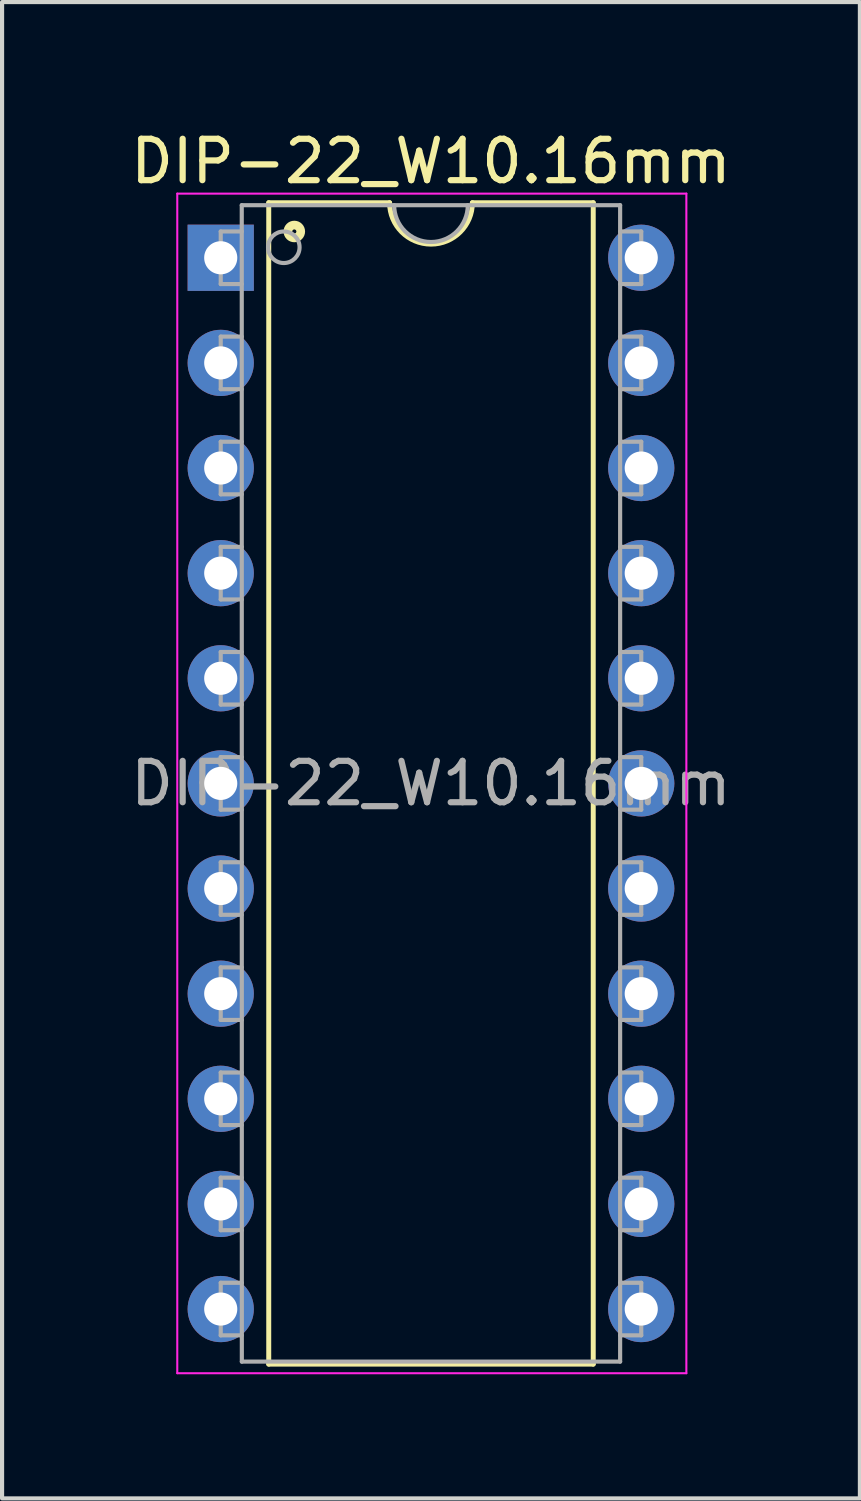
<source format=kicad_pcb>
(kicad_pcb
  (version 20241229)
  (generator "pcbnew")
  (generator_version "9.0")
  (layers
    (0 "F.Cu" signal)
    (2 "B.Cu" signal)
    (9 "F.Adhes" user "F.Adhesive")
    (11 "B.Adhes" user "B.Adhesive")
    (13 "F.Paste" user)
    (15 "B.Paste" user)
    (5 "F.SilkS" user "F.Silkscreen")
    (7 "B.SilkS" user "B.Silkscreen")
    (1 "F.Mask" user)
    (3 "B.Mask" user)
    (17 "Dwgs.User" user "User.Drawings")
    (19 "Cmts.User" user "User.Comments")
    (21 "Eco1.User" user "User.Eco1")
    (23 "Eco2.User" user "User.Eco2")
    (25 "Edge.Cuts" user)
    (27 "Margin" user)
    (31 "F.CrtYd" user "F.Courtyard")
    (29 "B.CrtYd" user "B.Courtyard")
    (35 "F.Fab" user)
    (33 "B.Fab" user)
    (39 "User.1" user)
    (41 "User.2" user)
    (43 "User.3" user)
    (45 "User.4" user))
  (footprint "DIP-22_W10.16mm"
    (layer "F.Cu")
    (at 2.283 3.178)
    (property "Reference" "DIP-22_W10.16mm" (at 5.08 -2.33 0) (layer "F.SilkS") (effects (font (size 1 1) (thickness 0.15))))
    (attr through_hole)
    (fp_line (start 1.16 -1.33) (end 1.16 26.73) (stroke (width 0.12) (type solid)) (layer "F.SilkS"))
    (fp_line (start 1.16 26.73) (end 9 26.73) (stroke (width 0.12) (type solid)) (layer "F.SilkS"))
    (fp_line (start 4.08 -1.33) (end 1.16 -1.33) (stroke (width 0.12) (type solid)) (layer "F.SilkS"))
    (fp_line (start 9 -1.33) (end 6.08 -1.33) (stroke (width 0.12) (type solid)) (layer "F.SilkS"))
    (fp_line (start 9 26.73) (end 9 -1.33) (stroke (width 0.12) (type solid)) (layer "F.SilkS"))
    (fp_arc (start 6.08 -1.33) (mid 5.08 -0.33) (end 4.08 -1.33) (stroke (width 0.12) (type solid)) (layer "F.SilkS"))
    (fp_circle (center 1.778 -0.635) (end 1.828 -0.635) (stroke (width 0.12) (type solid)) (fill no) (layer "F.SilkS"))
    (fp_circle (center 1.778 -0.635) (end 1.903 -0.635) (stroke (width 0.12) (type solid)) (fill no) (layer "F.SilkS"))
    (fp_circle (center 1.778 -0.635) (end 1.978 -0.635) (stroke (width 0.12) (type solid)) (fill no) (layer "F.SilkS"))
    (fp_line (start -1.05 -1.55) (end -1.05 26.95) (stroke (width 0.05) (type solid)) (layer "F.CrtYd"))
    (fp_line (start -1.05 26.95) (end 11.25 26.95) (stroke (width 0.05) (type solid)) (layer "F.CrtYd"))
    (fp_line (start 11.25 -1.55) (end -1.05 -1.55) (stroke (width 0.05) (type solid)) (layer "F.CrtYd"))
    (fp_line (start 11.25 26.95) (end 11.25 -1.55) (stroke (width 0.05) (type solid)) (layer "F.CrtYd"))
    (fp_line (start 0 -0.635) (end 0 0.635) (stroke (width 0.1) (type solid)) (layer "F.Fab"))
    (fp_line (start 0 -0.635) (end 0.508 -0.635) (stroke (width 0.1) (type solid)) (layer "F.Fab"))
    (fp_line (start 0 0.635) (end 0.508 0.635) (stroke (width 0.1) (type solid)) (layer "F.Fab"))
    (fp_line (start 0 1.905) (end 0 3.175) (stroke (width 0.1) (type solid)) (layer "F.Fab"))
    (fp_line (start 0 1.905) (end 0.508 1.905) (stroke (width 0.1) (type solid)) (layer "F.Fab"))
    (fp_line (start 0 3.175) (end 0.508 3.175) (stroke (width 0.1) (type solid)) (layer "F.Fab"))
    (fp_line (start 0 4.445) (end 0 5.715) (stroke (width 0.1) (type solid)) (layer "F.Fab"))
    (fp_line (start 0 4.445) (end 0.508 4.445) (stroke (width 0.1) (type solid)) (layer "F.Fab"))
    (fp_line (start 0 5.715) (end 0.508 5.715) (stroke (width 0.1) (type solid)) (layer "F.Fab"))
    (fp_line (start 0 6.985) (end 0 8.255) (stroke (width 0.1) (type solid)) (layer "F.Fab"))
    (fp_line (start 0 6.985) (end 0.508 6.985) (stroke (width 0.1) (type solid)) (layer "F.Fab"))
    (fp_line (start 0 8.255) (end 0.508 8.255) (stroke (width 0.1) (type solid)) (layer "F.Fab"))
    (fp_line (start 0 9.525) (end 0 10.795) (stroke (width 0.1) (type solid)) (layer "F.Fab"))
    (fp_line (start 0 9.525) (end 0.508 9.525) (stroke (width 0.1) (type solid)) (layer "F.Fab"))
    (fp_line (start 0 10.795) (end 0.508 10.795) (stroke (width 0.1) (type solid)) (layer "F.Fab"))
    (fp_line (start 0 12.065) (end 0 13.335) (stroke (width 0.1) (type solid)) (layer "F.Fab"))
    (fp_line (start 0 12.065) (end 0.508 12.065) (stroke (width 0.1) (type solid)) (layer "F.Fab"))
    (fp_line (start 0 13.335) (end 0.508 13.335) (stroke (width 0.1) (type solid)) (layer "F.Fab"))
    (fp_line (start 0 14.605) (end 0 15.875) (stroke (width 0.1) (type solid)) (layer "F.Fab"))
    (fp_line (start 0 14.605) (end 0.508 14.605) (stroke (width 0.1) (type solid)) (layer "F.Fab"))
    (fp_line (start 0 15.875) (end 0.508 15.875) (stroke (width 0.1) (type solid)) (layer "F.Fab"))
    (fp_line (start 0 17.145) (end 0 18.415) (stroke (width 0.1) (type solid)) (layer "F.Fab"))
    (fp_line (start 0 17.145) (end 0.508 17.145) (stroke (width 0.1) (type solid)) (layer "F.Fab"))
    (fp_line (start 0 18.415) (end 0.508 18.415) (stroke (width 0.1) (type solid)) (layer "F.Fab"))
    (fp_line (start 0 19.685) (end 0 20.955) (stroke (width 0.1) (type solid)) (layer "F.Fab"))
    (fp_line (start 0 19.685) (end 0.508 19.685) (stroke (width 0.1) (type solid)) (layer "F.Fab"))
    (fp_line (start 0 20.955) (end 0.508 20.955) (stroke (width 0.1) (type solid)) (layer "F.Fab"))
    (fp_line (start 0 22.225) (end 0 23.495) (stroke (width 0.1) (type solid)) (layer "F.Fab"))
    (fp_line (start 0 22.225) (end 0.508 22.225) (stroke (width 0.1) (type solid)) (layer "F.Fab"))
    (fp_line (start 0 23.495) (end 0.508 23.495) (stroke (width 0.1) (type solid)) (layer "F.Fab"))
    (fp_line (start 0 24.765) (end 0 26.035) (stroke (width 0.1) (type solid)) (layer "F.Fab"))
    (fp_line (start 0 24.765) (end 0.508 24.765) (stroke (width 0.1) (type solid)) (layer "F.Fab"))
    (fp_line (start 0 26.035) (end 0.508 26.035) (stroke (width 0.1) (type solid)) (layer "F.Fab"))
    (fp_line (start 0.508 -1.27) (end 9.65 -1.27) (stroke (width 0.1) (type solid)) (layer "F.Fab"))
    (fp_line (start 0.51 26.67) (end 0.508 -1.27) (stroke (width 0.1) (type solid)) (layer "F.Fab"))
    (fp_line (start 9.65 -1.27) (end 9.65 26.67) (stroke (width 0.1) (type solid)) (layer "F.Fab"))
    (fp_line (start 9.65 26.67) (end 0.51 26.67) (stroke (width 0.1) (type solid)) (layer "F.Fab"))
    (fp_line (start 10.16 -0.635) (end 9.652 -0.635) (stroke (width 0.1) (type solid)) (layer "F.Fab"))
    (fp_line (start 10.16 0.635) (end 9.652 0.635) (stroke (width 0.1) (type solid)) (layer "F.Fab"))
    (fp_line (start 10.16 0.635) (end 10.16 -0.635) (stroke (width 0.1) (type solid)) (layer "F.Fab"))
    (fp_line (start 10.16 1.905) (end 9.652 1.905) (stroke (width 0.1) (type solid)) (layer "F.Fab"))
    (fp_line (start 10.16 3.175) (end 9.652 3.175) (stroke (width 0.1) (type solid)) (layer "F.Fab"))
    (fp_line (start 10.16 3.175) (end 10.16 1.905) (stroke (width 0.1) (type solid)) (layer "F.Fab"))
    (fp_line (start 10.16 4.445) (end 9.652 4.445) (stroke (width 0.1) (type solid)) (layer "F.Fab"))
    (fp_line (start 10.16 5.715) (end 9.652 5.715) (stroke (width 0.1) (type solid)) (layer "F.Fab"))
    (fp_line (start 10.16 5.715) (end 10.16 4.445) (stroke (width 0.1) (type solid)) (layer "F.Fab"))
    (fp_line (start 10.16 6.985) (end 9.652 6.985) (stroke (width 0.1) (type solid)) (layer "F.Fab"))
    (fp_line (start 10.16 8.255) (end 9.652 8.255) (stroke (width 0.1) (type solid)) (layer "F.Fab"))
    (fp_line (start 10.16 8.255) (end 10.16 6.985) (stroke (width 0.1) (type solid)) (layer "F.Fab"))
    (fp_line (start 10.16 9.525) (end 9.652 9.525) (stroke (width 0.1) (type solid)) (layer "F.Fab"))
    (fp_line (start 10.16 10.795) (end 9.652 10.795) (stroke (width 0.1) (type solid)) (layer "F.Fab"))
    (fp_line (start 10.16 10.795) (end 10.16 9.525) (stroke (width 0.1) (type solid)) (layer "F.Fab"))
    (fp_line (start 10.16 12.065) (end 9.652 12.065) (stroke (width 0.1) (type solid)) (layer "F.Fab"))
    (fp_line (start 10.16 13.335) (end 9.652 13.335) (stroke (width 0.1) (type solid)) (layer "F.Fab"))
    (fp_line (start 10.16 13.335) (end 10.16 12.065) (stroke (width 0.1) (type solid)) (layer "F.Fab"))
    (fp_line (start 10.16 14.605) (end 9.652 14.605) (stroke (width 0.1) (type solid)) (layer "F.Fab"))
    (fp_line (start 10.16 15.875) (end 9.652 15.875) (stroke (width 0.1) (type solid)) (layer "F.Fab"))
    (fp_line (start 10.16 15.875) (end 10.16 14.605) (stroke (width 0.1) (type solid)) (layer "F.Fab"))
    (fp_line (start 10.16 17.145) (end 9.652 17.145) (stroke (width 0.1) (type solid)) (layer "F.Fab"))
    (fp_line (start 10.16 18.415) (end 9.652 18.415) (stroke (width 0.1) (type solid)) (layer "F.Fab"))
    (fp_line (start 10.16 18.415) (end 10.16 17.145) (stroke (width 0.1) (type solid)) (layer "F.Fab"))
    (fp_line (start 10.16 19.685) (end 9.652 19.685) (stroke (width 0.1) (type solid)) (layer "F.Fab"))
    (fp_line (start 10.16 20.955) (end 9.652 20.955) (stroke (width 0.1) (type solid)) (layer "F.Fab"))
    (fp_line (start 10.16 20.955) (end 10.16 19.685) (stroke (width 0.1) (type solid)) (layer "F.Fab"))
    (fp_line (start 10.16 22.225) (end 9.652 22.225) (stroke (width 0.1) (type solid)) (layer "F.Fab"))
    (fp_line (start 10.16 23.495) (end 9.652 23.495) (stroke (width 0.1) (type solid)) (layer "F.Fab"))
    (fp_line (start 10.16 23.495) (end 10.16 22.225) (stroke (width 0.1) (type solid)) (layer "F.Fab"))
    (fp_line (start 10.16 24.765) (end 9.652 24.765) (stroke (width 0.1) (type solid)) (layer "F.Fab"))
    (fp_line (start 10.16 26.035) (end 9.652 26.035) (stroke (width 0.1) (type solid)) (layer "F.Fab"))
    (fp_line (start 10.16 26.035) (end 10.16 24.765) (stroke (width 0.1) (type solid)) (layer "F.Fab"))
    (fp_arc (start 5.969 -1.27) (mid 5.08 -0.381) (end 4.191 -1.27) (stroke (width 0.1) (type solid)) (layer "F.Fab"))
    (fp_circle (center 1.524 -0.254) (end 1.905 -0.254) (stroke (width 0.1) (type solid)) (fill no) (layer "F.Fab"))
    (fp_text user "${REFERENCE}" (at 5.08 12.7 0) (layer "F.Fab") (effects (font (size 1 1) (thickness 0.15))))
    (pad "1" thru_hole rect (at 0 0) (size 1.6 1.6) (drill 0.8) (layers "*.Cu" "*.Mask"))
    (pad "2" thru_hole oval (at 0 2.54) (size 1.6 1.6) (drill 0.8) (layers "*.Cu" "*.Mask"))
    (pad "3" thru_hole oval (at 0 5.08) (size 1.6 1.6) (drill 0.8) (layers "*.Cu" "*.Mask"))
    (pad "4" thru_hole oval (at 0 7.62) (size 1.6 1.6) (drill 0.8) (layers "*.Cu" "*.Mask"))
    (pad "5" thru_hole oval (at 0 10.16) (size 1.6 1.6) (drill 0.8) (layers "*.Cu" "*.Mask"))
    (pad "6" thru_hole oval (at 0 12.7) (size 1.6 1.6) (drill 0.8) (layers "*.Cu" "*.Mask"))
    (pad "7" thru_hole oval (at 0 15.24) (size 1.6 1.6) (drill 0.8) (layers "*.Cu" "*.Mask"))
    (pad "8" thru_hole oval (at 0 17.78) (size 1.6 1.6) (drill 0.8) (layers "*.Cu" "*.Mask"))
    (pad "9" thru_hole oval (at 0 20.32) (size 1.6 1.6) (drill 0.8) (layers "*.Cu" "*.Mask"))
    (pad "10" thru_hole oval (at 0 22.86) (size 1.6 1.6) (drill 0.8) (layers "*.Cu" "*.Mask"))
    (pad "11" thru_hole oval (at 0 25.4) (size 1.6 1.6) (drill 0.8) (layers "*.Cu" "*.Mask"))
    (pad "12" thru_hole oval (at 10.16 25.4) (size 1.6 1.6) (drill 0.8) (layers "*.Cu" "*.Mask"))
    (pad "13" thru_hole oval (at 10.16 22.86) (size 1.6 1.6) (drill 0.8) (layers "*.Cu" "*.Mask"))
    (pad "14" thru_hole oval (at 10.16 20.32) (size 1.6 1.6) (drill 0.8) (layers "*.Cu" "*.Mask"))
    (pad "15" thru_hole oval (at 10.16 17.78) (size 1.6 1.6) (drill 0.8) (layers "*.Cu" "*.Mask"))
    (pad "16" thru_hole oval (at 10.16 15.24) (size 1.6 1.6) (drill 0.8) (layers "*.Cu" "*.Mask"))
    (pad "17" thru_hole oval (at 10.16 12.7) (size 1.6 1.6) (drill 0.8) (layers "*.Cu" "*.Mask"))
    (pad "18" thru_hole oval (at 10.16 10.16) (size 1.6 1.6) (drill 0.8) (layers "*.Cu" "*.Mask"))
    (pad "19" thru_hole oval (at 10.16 7.62) (size 1.6 1.6) (drill 0.8) (layers "*.Cu" "*.Mask"))
    (pad "20" thru_hole oval (at 10.16 5.08) (size 1.6 1.6) (drill 0.8) (layers "*.Cu" "*.Mask"))
    (pad "21" thru_hole oval (at 10.16 2.54) (size 1.6 1.6) (drill 0.8) (layers "*.Cu" "*.Mask"))
    (pad "22" thru_hole oval (at 10.16 0) (size 1.6 1.6) (drill 0.8) (layers "*.Cu" "*.Mask")))
  (gr_rect
    (start -3 -3)
    (end 17.726 33.153)
    (stroke (width 0.1) (type default))
    (fill no)
    (layer "Edge.Cuts")))
</source>
